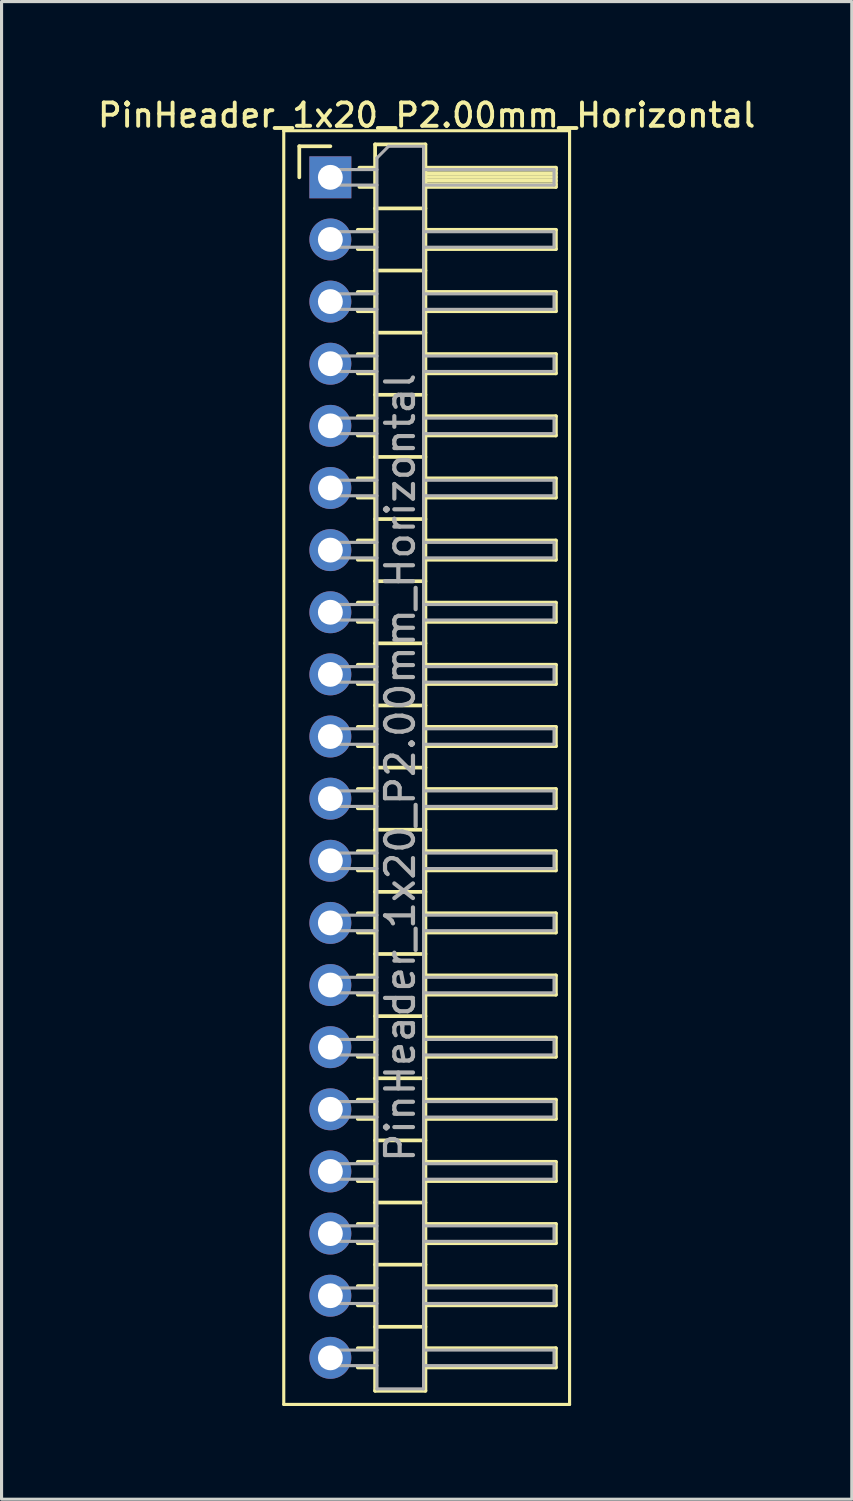
<source format=kicad_pcb>
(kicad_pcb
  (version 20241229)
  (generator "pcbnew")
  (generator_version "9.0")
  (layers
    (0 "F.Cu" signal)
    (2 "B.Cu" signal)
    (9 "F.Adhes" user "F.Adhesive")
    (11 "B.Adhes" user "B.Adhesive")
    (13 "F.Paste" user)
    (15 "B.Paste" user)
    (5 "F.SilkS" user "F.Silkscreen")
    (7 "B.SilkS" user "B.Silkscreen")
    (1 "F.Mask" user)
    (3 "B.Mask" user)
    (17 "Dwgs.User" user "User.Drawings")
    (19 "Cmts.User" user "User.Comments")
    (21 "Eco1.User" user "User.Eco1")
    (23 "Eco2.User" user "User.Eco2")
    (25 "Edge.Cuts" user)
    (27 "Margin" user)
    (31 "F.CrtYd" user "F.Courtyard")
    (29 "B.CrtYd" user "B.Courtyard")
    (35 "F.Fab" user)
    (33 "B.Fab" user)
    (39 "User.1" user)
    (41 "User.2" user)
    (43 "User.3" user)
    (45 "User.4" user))
  (footprint "PinHeader_1x20_P2.00mm_Horizontal"
    (layer "F.Cu")
    (at 7.584 2.658)
    (property "Reference" "PinHeader_1x20_P2.00mm_Horizontal" (at 3.1 -2 0) (layer "F.SilkS") (effects (font (size 0.75 0.75) (thickness 0.125))))
    (attr through_hole)
    (fp_line (start -1.5 -1.5) (end -1.5 39.5) (stroke (width 0.1) (type solid)) (layer "F.SilkS"))
    (fp_line (start -1.5 39.5) (end 7.7 39.5) (stroke (width 0.1) (type solid)) (layer "F.SilkS"))
    (fp_line (start -1 -1) (end 0 -1) (stroke (width 0.12) (type solid)) (layer "F.SilkS"))
    (fp_line (start -1 0) (end -1 -1) (stroke (width 0.12) (type solid)) (layer "F.SilkS"))
    (fp_line (start 0.882 1.69) (end 1.44 1.69) (stroke (width 0.12) (type solid)) (layer "F.SilkS"))
    (fp_line (start 0.882 2.31) (end 1.44 2.31) (stroke (width 0.12) (type solid)) (layer "F.SilkS"))
    (fp_line (start 0.882 3.69) (end 1.44 3.69) (stroke (width 0.12) (type solid)) (layer "F.SilkS"))
    (fp_line (start 0.882 4.31) (end 1.44 4.31) (stroke (width 0.12) (type solid)) (layer "F.SilkS"))
    (fp_line (start 0.882 5.69) (end 1.44 5.69) (stroke (width 0.12) (type solid)) (layer "F.SilkS"))
    (fp_line (start 0.882 6.31) (end 1.44 6.31) (stroke (width 0.12) (type solid)) (layer "F.SilkS"))
    (fp_line (start 0.882 7.69) (end 1.44 7.69) (stroke (width 0.12) (type solid)) (layer "F.SilkS"))
    (fp_line (start 0.882 8.31) (end 1.44 8.31) (stroke (width 0.12) (type solid)) (layer "F.SilkS"))
    (fp_line (start 0.882 9.69) (end 1.44 9.69) (stroke (width 0.12) (type solid)) (layer "F.SilkS"))
    (fp_line (start 0.882 10.31) (end 1.44 10.31) (stroke (width 0.12) (type solid)) (layer "F.SilkS"))
    (fp_line (start 0.882 11.69) (end 1.44 11.69) (stroke (width 0.12) (type solid)) (layer "F.SilkS"))
    (fp_line (start 0.882 12.31) (end 1.44 12.31) (stroke (width 0.12) (type solid)) (layer "F.SilkS"))
    (fp_line (start 0.882 13.69) (end 1.44 13.69) (stroke (width 0.12) (type solid)) (layer "F.SilkS"))
    (fp_line (start 0.882 14.31) (end 1.44 14.31) (stroke (width 0.12) (type solid)) (layer "F.SilkS"))
    (fp_line (start 0.882 15.69) (end 1.44 15.69) (stroke (width 0.12) (type solid)) (layer "F.SilkS"))
    (fp_line (start 0.882 16.31) (end 1.44 16.31) (stroke (width 0.12) (type solid)) (layer "F.SilkS"))
    (fp_line (start 0.882 17.69) (end 1.44 17.69) (stroke (width 0.12) (type solid)) (layer "F.SilkS"))
    (fp_line (start 0.882 18.31) (end 1.44 18.31) (stroke (width 0.12) (type solid)) (layer "F.SilkS"))
    (fp_line (start 0.882 19.69) (end 1.44 19.69) (stroke (width 0.12) (type solid)) (layer "F.SilkS"))
    (fp_line (start 0.882 20.31) (end 1.44 20.31) (stroke (width 0.12) (type solid)) (layer "F.SilkS"))
    (fp_line (start 0.882 21.69) (end 1.44 21.69) (stroke (width 0.12) (type solid)) (layer "F.SilkS"))
    (fp_line (start 0.882 22.31) (end 1.44 22.31) (stroke (width 0.12) (type solid)) (layer "F.SilkS"))
    (fp_line (start 0.882 23.69) (end 1.44 23.69) (stroke (width 0.12) (type solid)) (layer "F.SilkS"))
    (fp_line (start 0.882 24.31) (end 1.44 24.31) (stroke (width 0.12) (type solid)) (layer "F.SilkS"))
    (fp_line (start 0.882 25.69) (end 1.44 25.69) (stroke (width 0.12) (type solid)) (layer "F.SilkS"))
    (fp_line (start 0.882 26.31) (end 1.44 26.31) (stroke (width 0.12) (type solid)) (layer "F.SilkS"))
    (fp_line (start 0.882 27.69) (end 1.44 27.69) (stroke (width 0.12) (type solid)) (layer "F.SilkS"))
    (fp_line (start 0.882 28.31) (end 1.44 28.31) (stroke (width 0.12) (type solid)) (layer "F.SilkS"))
    (fp_line (start 0.882 29.69) (end 1.44 29.69) (stroke (width 0.12) (type solid)) (layer "F.SilkS"))
    (fp_line (start 0.882 30.31) (end 1.44 30.31) (stroke (width 0.12) (type solid)) (layer "F.SilkS"))
    (fp_line (start 0.882 31.69) (end 1.44 31.69) (stroke (width 0.12) (type solid)) (layer "F.SilkS"))
    (fp_line (start 0.882 32.31) (end 1.44 32.31) (stroke (width 0.12) (type solid)) (layer "F.SilkS"))
    (fp_line (start 0.882 33.69) (end 1.44 33.69) (stroke (width 0.12) (type solid)) (layer "F.SilkS"))
    (fp_line (start 0.882 34.31) (end 1.44 34.31) (stroke (width 0.12) (type solid)) (layer "F.SilkS"))
    (fp_line (start 0.882 35.69) (end 1.44 35.69) (stroke (width 0.12) (type solid)) (layer "F.SilkS"))
    (fp_line (start 0.882 36.31) (end 1.44 36.31) (stroke (width 0.12) (type solid)) (layer "F.SilkS"))
    (fp_line (start 0.882 37.69) (end 1.44 37.69) (stroke (width 0.12) (type solid)) (layer "F.SilkS"))
    (fp_line (start 0.882 38.31) (end 1.44 38.31) (stroke (width 0.12) (type solid)) (layer "F.SilkS"))
    (fp_line (start 0.935 -0.31) (end 1.44 -0.31) (stroke (width 0.12) (type solid)) (layer "F.SilkS"))
    (fp_line (start 0.935 0.31) (end 1.44 0.31) (stroke (width 0.12) (type solid)) (layer "F.SilkS"))
    (fp_line (start 1.44 -1.06) (end 1.44 39.06) (stroke (width 0.12) (type solid)) (layer "F.SilkS"))
    (fp_line (start 1.44 1) (end 3.06 1) (stroke (width 0.12) (type solid)) (layer "F.SilkS"))
    (fp_line (start 1.44 3) (end 3.06 3) (stroke (width 0.12) (type solid)) (layer "F.SilkS"))
    (fp_line (start 1.44 5) (end 3.06 5) (stroke (width 0.12) (type solid)) (layer "F.SilkS"))
    (fp_line (start 1.44 7) (end 3.06 7) (stroke (width 0.12) (type solid)) (layer "F.SilkS"))
    (fp_line (start 1.44 9) (end 3.06 9) (stroke (width 0.12) (type solid)) (layer "F.SilkS"))
    (fp_line (start 1.44 11) (end 3.06 11) (stroke (width 0.12) (type solid)) (layer "F.SilkS"))
    (fp_line (start 1.44 13) (end 3.06 13) (stroke (width 0.12) (type solid)) (layer "F.SilkS"))
    (fp_line (start 1.44 15) (end 3.06 15) (stroke (width 0.12) (type solid)) (layer "F.SilkS"))
    (fp_line (start 1.44 17) (end 3.06 17) (stroke (width 0.12) (type solid)) (layer "F.SilkS"))
    (fp_line (start 1.44 19) (end 3.06 19) (stroke (width 0.12) (type solid)) (layer "F.SilkS"))
    (fp_line (start 1.44 21) (end 3.06 21) (stroke (width 0.12) (type solid)) (layer "F.SilkS"))
    (fp_line (start 1.44 23) (end 3.06 23) (stroke (width 0.12) (type solid)) (layer "F.SilkS"))
    (fp_line (start 1.44 25) (end 3.06 25) (stroke (width 0.12) (type solid)) (layer "F.SilkS"))
    (fp_line (start 1.44 27) (end 3.06 27) (stroke (width 0.12) (type solid)) (layer "F.SilkS"))
    (fp_line (start 1.44 29) (end 3.06 29) (stroke (width 0.12) (type solid)) (layer "F.SilkS"))
    (fp_line (start 1.44 31) (end 3.06 31) (stroke (width 0.12) (type solid)) (layer "F.SilkS"))
    (fp_line (start 1.44 33) (end 3.06 33) (stroke (width 0.12) (type solid)) (layer "F.SilkS"))
    (fp_line (start 1.44 35) (end 3.06 35) (stroke (width 0.12) (type solid)) (layer "F.SilkS"))
    (fp_line (start 1.44 37) (end 3.06 37) (stroke (width 0.12) (type solid)) (layer "F.SilkS"))
    (fp_line (start 1.44 39.06) (end 3.06 39.06) (stroke (width 0.12) (type solid)) (layer "F.SilkS"))
    (fp_line (start 3.06 -1.06) (end 1.44 -1.06) (stroke (width 0.12) (type solid)) (layer "F.SilkS"))
    (fp_line (start 3.06 -0.31) (end 7.26 -0.31) (stroke (width 0.12) (type solid)) (layer "F.SilkS"))
    (fp_line (start 3.06 -0.25) (end 7.26 -0.25) (stroke (width 0.12) (type solid)) (layer "F.SilkS"))
    (fp_line (start 3.06 -0.13) (end 7.26 -0.13) (stroke (width 0.12) (type solid)) (layer "F.SilkS"))
    (fp_line (start 3.06 -0.01) (end 7.26 -0.01) (stroke (width 0.12) (type solid)) (layer "F.SilkS"))
    (fp_line (start 3.06 0.11) (end 7.26 0.11) (stroke (width 0.12) (type solid)) (layer "F.SilkS"))
    (fp_line (start 3.06 0.23) (end 7.26 0.23) (stroke (width 0.12) (type solid)) (layer "F.SilkS"))
    (fp_line (start 3.06 1.69) (end 7.26 1.69) (stroke (width 0.12) (type solid)) (layer "F.SilkS"))
    (fp_line (start 3.06 3.69) (end 7.26 3.69) (stroke (width 0.12) (type solid)) (layer "F.SilkS"))
    (fp_line (start 3.06 5.69) (end 7.26 5.69) (stroke (width 0.12) (type solid)) (layer "F.SilkS"))
    (fp_line (start 3.06 7.69) (end 7.26 7.69) (stroke (width 0.12) (type solid)) (layer "F.SilkS"))
    (fp_line (start 3.06 9.69) (end 7.26 9.69) (stroke (width 0.12) (type solid)) (layer "F.SilkS"))
    (fp_line (start 3.06 11.69) (end 7.26 11.69) (stroke (width 0.12) (type solid)) (layer "F.SilkS"))
    (fp_line (start 3.06 13.69) (end 7.26 13.69) (stroke (width 0.12) (type solid)) (layer "F.SilkS"))
    (fp_line (start 3.06 15.69) (end 7.26 15.69) (stroke (width 0.12) (type solid)) (layer "F.SilkS"))
    (fp_line (start 3.06 17.69) (end 7.26 17.69) (stroke (width 0.12) (type solid)) (layer "F.SilkS"))
    (fp_line (start 3.06 19.69) (end 7.26 19.69) (stroke (width 0.12) (type solid)) (layer "F.SilkS"))
    (fp_line (start 3.06 21.69) (end 7.26 21.69) (stroke (width 0.12) (type solid)) (layer "F.SilkS"))
    (fp_line (start 3.06 23.69) (end 7.26 23.69) (stroke (width 0.12) (type solid)) (layer "F.SilkS"))
    (fp_line (start 3.06 25.69) (end 7.26 25.69) (stroke (width 0.12) (type solid)) (layer "F.SilkS"))
    (fp_line (start 3.06 27.69) (end 7.26 27.69) (stroke (width 0.12) (type solid)) (layer "F.SilkS"))
    (fp_line (start 3.06 29.69) (end 7.26 29.69) (stroke (width 0.12) (type solid)) (layer "F.SilkS"))
    (fp_line (start 3.06 31.69) (end 7.26 31.69) (stroke (width 0.12) (type solid)) (layer "F.SilkS"))
    (fp_line (start 3.06 33.69) (end 7.26 33.69) (stroke (width 0.12) (type solid)) (layer "F.SilkS"))
    (fp_line (start 3.06 35.69) (end 7.26 35.69) (stroke (width 0.12) (type solid)) (layer "F.SilkS"))
    (fp_line (start 3.06 37.69) (end 7.26 37.69) (stroke (width 0.12) (type solid)) (layer "F.SilkS"))
    (fp_line (start 3.06 39.06) (end 3.06 -1.06) (stroke (width 0.12) (type solid)) (layer "F.SilkS"))
    (fp_line (start 7.26 -0.31) (end 7.26 0.31) (stroke (width 0.12) (type solid)) (layer "F.SilkS"))
    (fp_line (start 7.26 0.31) (end 3.06 0.31) (stroke (width 0.12) (type solid)) (layer "F.SilkS"))
    (fp_line (start 7.26 1.69) (end 7.26 2.31) (stroke (width 0.12) (type solid)) (layer "F.SilkS"))
    (fp_line (start 7.26 2.31) (end 3.06 2.31) (stroke (width 0.12) (type solid)) (layer "F.SilkS"))
    (fp_line (start 7.26 3.69) (end 7.26 4.31) (stroke (width 0.12) (type solid)) (layer "F.SilkS"))
    (fp_line (start 7.26 4.31) (end 3.06 4.31) (stroke (width 0.12) (type solid)) (layer "F.SilkS"))
    (fp_line (start 7.26 5.69) (end 7.26 6.31) (stroke (width 0.12) (type solid)) (layer "F.SilkS"))
    (fp_line (start 7.26 6.31) (end 3.06 6.31) (stroke (width 0.12) (type solid)) (layer "F.SilkS"))
    (fp_line (start 7.26 7.69) (end 7.26 8.31) (stroke (width 0.12) (type solid)) (layer "F.SilkS"))
    (fp_line (start 7.26 8.31) (end 3.06 8.31) (stroke (width 0.12) (type solid)) (layer "F.SilkS"))
    (fp_line (start 7.26 9.69) (end 7.26 10.31) (stroke (width 0.12) (type solid)) (layer "F.SilkS"))
    (fp_line (start 7.26 10.31) (end 3.06 10.31) (stroke (width 0.12) (type solid)) (layer "F.SilkS"))
    (fp_line (start 7.26 11.69) (end 7.26 12.31) (stroke (width 0.12) (type solid)) (layer "F.SilkS"))
    (fp_line (start 7.26 12.31) (end 3.06 12.31) (stroke (width 0.12) (type solid)) (layer "F.SilkS"))
    (fp_line (start 7.26 13.69) (end 7.26 14.31) (stroke (width 0.12) (type solid)) (layer "F.SilkS"))
    (fp_line (start 7.26 14.31) (end 3.06 14.31) (stroke (width 0.12) (type solid)) (layer "F.SilkS"))
    (fp_line (start 7.26 15.69) (end 7.26 16.31) (stroke (width 0.12) (type solid)) (layer "F.SilkS"))
    (fp_line (start 7.26 16.31) (end 3.06 16.31) (stroke (width 0.12) (type solid)) (layer "F.SilkS"))
    (fp_line (start 7.26 17.69) (end 7.26 18.31) (stroke (width 0.12) (type solid)) (layer "F.SilkS"))
    (fp_line (start 7.26 18.31) (end 3.06 18.31) (stroke (width 0.12) (type solid)) (layer "F.SilkS"))
    (fp_line (start 7.26 19.69) (end 7.26 20.31) (stroke (width 0.12) (type solid)) (layer "F.SilkS"))
    (fp_line (start 7.26 20.31) (end 3.06 20.31) (stroke (width 0.12) (type solid)) (layer "F.SilkS"))
    (fp_line (start 7.26 21.69) (end 7.26 22.31) (stroke (width 0.12) (type solid)) (layer "F.SilkS"))
    (fp_line (start 7.26 22.31) (end 3.06 22.31) (stroke (width 0.12) (type solid)) (layer "F.SilkS"))
    (fp_line (start 7.26 23.69) (end 7.26 24.31) (stroke (width 0.12) (type solid)) (layer "F.SilkS"))
    (fp_line (start 7.26 24.31) (end 3.06 24.31) (stroke (width 0.12) (type solid)) (layer "F.SilkS"))
    (fp_line (start 7.26 25.69) (end 7.26 26.31) (stroke (width 0.12) (type solid)) (layer "F.SilkS"))
    (fp_line (start 7.26 26.31) (end 3.06 26.31) (stroke (width 0.12) (type solid)) (layer "F.SilkS"))
    (fp_line (start 7.26 27.69) (end 7.26 28.31) (stroke (width 0.12) (type solid)) (layer "F.SilkS"))
    (fp_line (start 7.26 28.31) (end 3.06 28.31) (stroke (width 0.12) (type solid)) (layer "F.SilkS"))
    (fp_line (start 7.26 29.69) (end 7.26 30.31) (stroke (width 0.12) (type solid)) (layer "F.SilkS"))
    (fp_line (start 7.26 30.31) (end 3.06 30.31) (stroke (width 0.12) (type solid)) (layer "F.SilkS"))
    (fp_line (start 7.26 31.69) (end 7.26 32.31) (stroke (width 0.12) (type solid)) (layer "F.SilkS"))
    (fp_line (start 7.26 32.31) (end 3.06 32.31) (stroke (width 0.12) (type solid)) (layer "F.SilkS"))
    (fp_line (start 7.26 33.69) (end 7.26 34.31) (stroke (width 0.12) (type solid)) (layer "F.SilkS"))
    (fp_line (start 7.26 34.31) (end 3.06 34.31) (stroke (width 0.12) (type solid)) (layer "F.SilkS"))
    (fp_line (start 7.26 35.69) (end 7.26 36.31) (stroke (width 0.12) (type solid)) (layer "F.SilkS"))
    (fp_line (start 7.26 36.31) (end 3.06 36.31) (stroke (width 0.12) (type solid)) (layer "F.SilkS"))
    (fp_line (start 7.26 37.69) (end 7.26 38.31) (stroke (width 0.12) (type solid)) (layer "F.SilkS"))
    (fp_line (start 7.26 38.31) (end 3.06 38.31) (stroke (width 0.12) (type solid)) (layer "F.SilkS"))
    (fp_line (start 7.7 -1.5) (end -1.5 -1.5) (stroke (width 0.1) (type solid)) (layer "F.SilkS"))
    (fp_line (start 7.7 39.5) (end 7.7 -1.5) (stroke (width 0.1) (type solid)) (layer "F.SilkS"))
    (fp_line (start -0.25 -0.25) (end -0.25 0.25) (stroke (width 0.1) (type solid)) (layer "F.Fab"))
    (fp_line (start -0.25 -0.25) (end 1.5 -0.25) (stroke (width 0.1) (type solid)) (layer "F.Fab"))
    (fp_line (start -0.25 0.25) (end 1.5 0.25) (stroke (width 0.1) (type solid)) (layer "F.Fab"))
    (fp_line (start -0.25 1.75) (end -0.25 2.25) (stroke (width 0.1) (type solid)) (layer "F.Fab"))
    (fp_line (start -0.25 1.75) (end 1.5 1.75) (stroke (width 0.1) (type solid)) (layer "F.Fab"))
    (fp_line (start -0.25 2.25) (end 1.5 2.25) (stroke (width 0.1) (type solid)) (layer "F.Fab"))
    (fp_line (start -0.25 3.75) (end -0.25 4.25) (stroke (width 0.1) (type solid)) (layer "F.Fab"))
    (fp_line (start -0.25 3.75) (end 1.5 3.75) (stroke (width 0.1) (type solid)) (layer "F.Fab"))
    (fp_line (start -0.25 4.25) (end 1.5 4.25) (stroke (width 0.1) (type solid)) (layer "F.Fab"))
    (fp_line (start -0.25 5.75) (end -0.25 6.25) (stroke (width 0.1) (type solid)) (layer "F.Fab"))
    (fp_line (start -0.25 5.75) (end 1.5 5.75) (stroke (width 0.1) (type solid)) (layer "F.Fab"))
    (fp_line (start -0.25 6.25) (end 1.5 6.25) (stroke (width 0.1) (type solid)) (layer "F.Fab"))
    (fp_line (start -0.25 7.75) (end -0.25 8.25) (stroke (width 0.1) (type solid)) (layer "F.Fab"))
    (fp_line (start -0.25 7.75) (end 1.5 7.75) (stroke (width 0.1) (type solid)) (layer "F.Fab"))
    (fp_line (start -0.25 8.25) (end 1.5 8.25) (stroke (width 0.1) (type solid)) (layer "F.Fab"))
    (fp_line (start -0.25 9.75) (end -0.25 10.25) (stroke (width 0.1) (type solid)) (layer "F.Fab"))
    (fp_line (start -0.25 9.75) (end 1.5 9.75) (stroke (width 0.1) (type solid)) (layer "F.Fab"))
    (fp_line (start -0.25 10.25) (end 1.5 10.25) (stroke (width 0.1) (type solid)) (layer "F.Fab"))
    (fp_line (start -0.25 11.75) (end -0.25 12.25) (stroke (width 0.1) (type solid)) (layer "F.Fab"))
    (fp_line (start -0.25 11.75) (end 1.5 11.75) (stroke (width 0.1) (type solid)) (layer "F.Fab"))
    (fp_line (start -0.25 12.25) (end 1.5 12.25) (stroke (width 0.1) (type solid)) (layer "F.Fab"))
    (fp_line (start -0.25 13.75) (end -0.25 14.25) (stroke (width 0.1) (type solid)) (layer "F.Fab"))
    (fp_line (start -0.25 13.75) (end 1.5 13.75) (stroke (width 0.1) (type solid)) (layer "F.Fab"))
    (fp_line (start -0.25 14.25) (end 1.5 14.25) (stroke (width 0.1) (type solid)) (layer "F.Fab"))
    (fp_line (start -0.25 15.75) (end -0.25 16.25) (stroke (width 0.1) (type solid)) (layer "F.Fab"))
    (fp_line (start -0.25 15.75) (end 1.5 15.75) (stroke (width 0.1) (type solid)) (layer "F.Fab"))
    (fp_line (start -0.25 16.25) (end 1.5 16.25) (stroke (width 0.1) (type solid)) (layer "F.Fab"))
    (fp_line (start -0.25 17.75) (end -0.25 18.25) (stroke (width 0.1) (type solid)) (layer "F.Fab"))
    (fp_line (start -0.25 17.75) (end 1.5 17.75) (stroke (width 0.1) (type solid)) (layer "F.Fab"))
    (fp_line (start -0.25 18.25) (end 1.5 18.25) (stroke (width 0.1) (type solid)) (layer "F.Fab"))
    (fp_line (start -0.25 19.75) (end -0.25 20.25) (stroke (width 0.1) (type solid)) (layer "F.Fab"))
    (fp_line (start -0.25 19.75) (end 1.5 19.75) (stroke (width 0.1) (type solid)) (layer "F.Fab"))
    (fp_line (start -0.25 20.25) (end 1.5 20.25) (stroke (width 0.1) (type solid)) (layer "F.Fab"))
    (fp_line (start -0.25 21.75) (end -0.25 22.25) (stroke (width 0.1) (type solid)) (layer "F.Fab"))
    (fp_line (start -0.25 21.75) (end 1.5 21.75) (stroke (width 0.1) (type solid)) (layer "F.Fab"))
    (fp_line (start -0.25 22.25) (end 1.5 22.25) (stroke (width 0.1) (type solid)) (layer "F.Fab"))
    (fp_line (start -0.25 23.75) (end -0.25 24.25) (stroke (width 0.1) (type solid)) (layer "F.Fab"))
    (fp_line (start -0.25 23.75) (end 1.5 23.75) (stroke (width 0.1) (type solid)) (layer "F.Fab"))
    (fp_line (start -0.25 24.25) (end 1.5 24.25) (stroke (width 0.1) (type solid)) (layer "F.Fab"))
    (fp_line (start -0.25 25.75) (end -0.25 26.25) (stroke (width 0.1) (type solid)) (layer "F.Fab"))
    (fp_line (start -0.25 25.75) (end 1.5 25.75) (stroke (width 0.1) (type solid)) (layer "F.Fab"))
    (fp_line (start -0.25 26.25) (end 1.5 26.25) (stroke (width 0.1) (type solid)) (layer "F.Fab"))
    (fp_line (start -0.25 27.75) (end -0.25 28.25) (stroke (width 0.1) (type solid)) (layer "F.Fab"))
    (fp_line (start -0.25 27.75) (end 1.5 27.75) (stroke (width 0.1) (type solid)) (layer "F.Fab"))
    (fp_line (start -0.25 28.25) (end 1.5 28.25) (stroke (width 0.1) (type solid)) (layer "F.Fab"))
    (fp_line (start -0.25 29.75) (end -0.25 30.25) (stroke (width 0.1) (type solid)) (layer "F.Fab"))
    (fp_line (start -0.25 29.75) (end 1.5 29.75) (stroke (width 0.1) (type solid)) (layer "F.Fab"))
    (fp_line (start -0.25 30.25) (end 1.5 30.25) (stroke (width 0.1) (type solid)) (layer "F.Fab"))
    (fp_line (start -0.25 31.75) (end -0.25 32.25) (stroke (width 0.1) (type solid)) (layer "F.Fab"))
    (fp_line (start -0.25 31.75) (end 1.5 31.75) (stroke (width 0.1) (type solid)) (layer "F.Fab"))
    (fp_line (start -0.25 32.25) (end 1.5 32.25) (stroke (width 0.1) (type solid)) (layer "F.Fab"))
    (fp_line (start -0.25 33.75) (end -0.25 34.25) (stroke (width 0.1) (type solid)) (layer "F.Fab"))
    (fp_line (start -0.25 33.75) (end 1.5 33.75) (stroke (width 0.1) (type solid)) (layer "F.Fab"))
    (fp_line (start -0.25 34.25) (end 1.5 34.25) (stroke (width 0.1) (type solid)) (layer "F.Fab"))
    (fp_line (start -0.25 35.75) (end -0.25 36.25) (stroke (width 0.1) (type solid)) (layer "F.Fab"))
    (fp_line (start -0.25 35.75) (end 1.5 35.75) (stroke (width 0.1) (type solid)) (layer "F.Fab"))
    (fp_line (start -0.25 36.25) (end 1.5 36.25) (stroke (width 0.1) (type solid)) (layer "F.Fab"))
    (fp_line (start -0.25 37.75) (end -0.25 38.25) (stroke (width 0.1) (type solid)) (layer "F.Fab"))
    (fp_line (start -0.25 37.75) (end 1.5 37.75) (stroke (width 0.1) (type solid)) (layer "F.Fab"))
    (fp_line (start -0.25 38.25) (end 1.5 38.25) (stroke (width 0.1) (type solid)) (layer "F.Fab"))
    (fp_line (start 1.5 -0.625) (end 1.875 -1) (stroke (width 0.1) (type solid)) (layer "F.Fab"))
    (fp_line (start 1.5 39) (end 1.5 -0.625) (stroke (width 0.1) (type solid)) (layer "F.Fab"))
    (fp_line (start 1.875 -1) (end 3 -1) (stroke (width 0.1) (type solid)) (layer "F.Fab"))
    (fp_line (start 3 -1) (end 3 39) (stroke (width 0.1) (type solid)) (layer "F.Fab"))
    (fp_line (start 3 -0.25) (end 7.2 -0.25) (stroke (width 0.1) (type solid)) (layer "F.Fab"))
    (fp_line (start 3 0.25) (end 7.2 0.25) (stroke (width 0.1) (type solid)) (layer "F.Fab"))
    (fp_line (start 3 1.75) (end 7.2 1.75) (stroke (width 0.1) (type solid)) (layer "F.Fab"))
    (fp_line (start 3 2.25) (end 7.2 2.25) (stroke (width 0.1) (type solid)) (layer "F.Fab"))
    (fp_line (start 3 3.75) (end 7.2 3.75) (stroke (width 0.1) (type solid)) (layer "F.Fab"))
    (fp_line (start 3 4.25) (end 7.2 4.25) (stroke (width 0.1) (type solid)) (layer "F.Fab"))
    (fp_line (start 3 5.75) (end 7.2 5.75) (stroke (width 0.1) (type solid)) (layer "F.Fab"))
    (fp_line (start 3 6.25) (end 7.2 6.25) (stroke (width 0.1) (type solid)) (layer "F.Fab"))
    (fp_line (start 3 7.75) (end 7.2 7.75) (stroke (width 0.1) (type solid)) (layer "F.Fab"))
    (fp_line (start 3 8.25) (end 7.2 8.25) (stroke (width 0.1) (type solid)) (layer "F.Fab"))
    (fp_line (start 3 9.75) (end 7.2 9.75) (stroke (width 0.1) (type solid)) (layer "F.Fab"))
    (fp_line (start 3 10.25) (end 7.2 10.25) (stroke (width 0.1) (type solid)) (layer "F.Fab"))
    (fp_line (start 3 11.75) (end 7.2 11.75) (stroke (width 0.1) (type solid)) (layer "F.Fab"))
    (fp_line (start 3 12.25) (end 7.2 12.25) (stroke (width 0.1) (type solid)) (layer "F.Fab"))
    (fp_line (start 3 13.75) (end 7.2 13.75) (stroke (width 0.1) (type solid)) (layer "F.Fab"))
    (fp_line (start 3 14.25) (end 7.2 14.25) (stroke (width 0.1) (type solid)) (layer "F.Fab"))
    (fp_line (start 3 15.75) (end 7.2 15.75) (stroke (width 0.1) (type solid)) (layer "F.Fab"))
    (fp_line (start 3 16.25) (end 7.2 16.25) (stroke (width 0.1) (type solid)) (layer "F.Fab"))
    (fp_line (start 3 17.75) (end 7.2 17.75) (stroke (width 0.1) (type solid)) (layer "F.Fab"))
    (fp_line (start 3 18.25) (end 7.2 18.25) (stroke (width 0.1) (type solid)) (layer "F.Fab"))
    (fp_line (start 3 19.75) (end 7.2 19.75) (stroke (width 0.1) (type solid)) (layer "F.Fab"))
    (fp_line (start 3 20.25) (end 7.2 20.25) (stroke (width 0.1) (type solid)) (layer "F.Fab"))
    (fp_line (start 3 21.75) (end 7.2 21.75) (stroke (width 0.1) (type solid)) (layer "F.Fab"))
    (fp_line (start 3 22.25) (end 7.2 22.25) (stroke (width 0.1) (type solid)) (layer "F.Fab"))
    (fp_line (start 3 23.75) (end 7.2 23.75) (stroke (width 0.1) (type solid)) (layer "F.Fab"))
    (fp_line (start 3 24.25) (end 7.2 24.25) (stroke (width 0.1) (type solid)) (layer "F.Fab"))
    (fp_line (start 3 25.75) (end 7.2 25.75) (stroke (width 0.1) (type solid)) (layer "F.Fab"))
    (fp_line (start 3 26.25) (end 7.2 26.25) (stroke (width 0.1) (type solid)) (layer "F.Fab"))
    (fp_line (start 3 27.75) (end 7.2 27.75) (stroke (width 0.1) (type solid)) (layer "F.Fab"))
    (fp_line (start 3 28.25) (end 7.2 28.25) (stroke (width 0.1) (type solid)) (layer "F.Fab"))
    (fp_line (start 3 29.75) (end 7.2 29.75) (stroke (width 0.1) (type solid)) (layer "F.Fab"))
    (fp_line (start 3 30.25) (end 7.2 30.25) (stroke (width 0.1) (type solid)) (layer "F.Fab"))
    (fp_line (start 3 31.75) (end 7.2 31.75) (stroke (width 0.1) (type solid)) (layer "F.Fab"))
    (fp_line (start 3 32.25) (end 7.2 32.25) (stroke (width 0.1) (type solid)) (layer "F.Fab"))
    (fp_line (start 3 33.75) (end 7.2 33.75) (stroke (width 0.1) (type solid)) (layer "F.Fab"))
    (fp_line (start 3 34.25) (end 7.2 34.25) (stroke (width 0.1) (type solid)) (layer "F.Fab"))
    (fp_line (start 3 35.75) (end 7.2 35.75) (stroke (width 0.1) (type solid)) (layer "F.Fab"))
    (fp_line (start 3 36.25) (end 7.2 36.25) (stroke (width 0.1) (type solid)) (layer "F.Fab"))
    (fp_line (start 3 37.75) (end 7.2 37.75) (stroke (width 0.1) (type solid)) (layer "F.Fab"))
    (fp_line (start 3 38.25) (end 7.2 38.25) (stroke (width 0.1) (type solid)) (layer "F.Fab"))
    (fp_line (start 3 39) (end 1.5 39) (stroke (width 0.1) (type solid)) (layer "F.Fab"))
    (fp_line (start 7.2 -0.25) (end 7.2 0.25) (stroke (width 0.1) (type solid)) (layer "F.Fab"))
    (fp_line (start 7.2 1.75) (end 7.2 2.25) (stroke (width 0.1) (type solid)) (layer "F.Fab"))
    (fp_line (start 7.2 3.75) (end 7.2 4.25) (stroke (width 0.1) (type solid)) (layer "F.Fab"))
    (fp_line (start 7.2 5.75) (end 7.2 6.25) (stroke (width 0.1) (type solid)) (layer "F.Fab"))
    (fp_line (start 7.2 7.75) (end 7.2 8.25) (stroke (width 0.1) (type solid)) (layer "F.Fab"))
    (fp_line (start 7.2 9.75) (end 7.2 10.25) (stroke (width 0.1) (type solid)) (layer "F.Fab"))
    (fp_line (start 7.2 11.75) (end 7.2 12.25) (stroke (width 0.1) (type solid)) (layer "F.Fab"))
    (fp_line (start 7.2 13.75) (end 7.2 14.25) (stroke (width 0.1) (type solid)) (layer "F.Fab"))
    (fp_line (start 7.2 15.75) (end 7.2 16.25) (stroke (width 0.1) (type solid)) (layer "F.Fab"))
    (fp_line (start 7.2 17.75) (end 7.2 18.25) (stroke (width 0.1) (type solid)) (layer "F.Fab"))
    (fp_line (start 7.2 19.75) (end 7.2 20.25) (stroke (width 0.1) (type solid)) (layer "F.Fab"))
    (fp_line (start 7.2 21.75) (end 7.2 22.25) (stroke (width 0.1) (type solid)) (layer "F.Fab"))
    (fp_line (start 7.2 23.75) (end 7.2 24.25) (stroke (width 0.1) (type solid)) (layer "F.Fab"))
    (fp_line (start 7.2 25.75) (end 7.2 26.25) (stroke (width 0.1) (type solid)) (layer "F.Fab"))
    (fp_line (start 7.2 27.75) (end 7.2 28.25) (stroke (width 0.1) (type solid)) (layer "F.Fab"))
    (fp_line (start 7.2 29.75) (end 7.2 30.25) (stroke (width 0.1) (type solid)) (layer "F.Fab"))
    (fp_line (start 7.2 31.75) (end 7.2 32.25) (stroke (width 0.1) (type solid)) (layer "F.Fab"))
    (fp_line (start 7.2 33.75) (end 7.2 34.25) (stroke (width 0.1) (type solid)) (layer "F.Fab"))
    (fp_line (start 7.2 35.75) (end 7.2 36.25) (stroke (width 0.1) (type solid)) (layer "F.Fab"))
    (fp_line (start 7.2 37.75) (end 7.2 38.25) (stroke (width 0.1) (type solid)) (layer "F.Fab"))
    (fp_text user "${REFERENCE}" (at 2.25 19 90) (layer "F.Fab") (effects (font (size 0.9 0.9) (thickness 0.135))))
    (pad "1" thru_hole rect (at 0 0) (size 1.35 1.35) (drill 0.8) (layers "*.Cu" "*.Mask"))
    (pad "2" thru_hole oval (at 0 2) (size 1.35 1.35) (drill 0.8) (layers "*.Cu" "*.Mask"))
    (pad "3" thru_hole oval (at 0 4) (size 1.35 1.35) (drill 0.8) (layers "*.Cu" "*.Mask"))
    (pad "4" thru_hole oval (at 0 6) (size 1.35 1.35) (drill 0.8) (layers "*.Cu" "*.Mask"))
    (pad "5" thru_hole oval (at 0 8) (size 1.35 1.35) (drill 0.8) (layers "*.Cu" "*.Mask"))
    (pad "6" thru_hole oval (at 0 10) (size 1.35 1.35) (drill 0.8) (layers "*.Cu" "*.Mask"))
    (pad "7" thru_hole oval (at 0 12) (size 1.35 1.35) (drill 0.8) (layers "*.Cu" "*.Mask"))
    (pad "8" thru_hole oval (at 0 14) (size 1.35 1.35) (drill 0.8) (layers "*.Cu" "*.Mask"))
    (pad "9" thru_hole oval (at 0 16) (size 1.35 1.35) (drill 0.8) (layers "*.Cu" "*.Mask"))
    (pad "10" thru_hole oval (at 0 18) (size 1.35 1.35) (drill 0.8) (layers "*.Cu" "*.Mask"))
    (pad "11" thru_hole oval (at 0 20) (size 1.35 1.35) (drill 0.8) (layers "*.Cu" "*.Mask"))
    (pad "12" thru_hole oval (at 0 22) (size 1.35 1.35) (drill 0.8) (layers "*.Cu" "*.Mask"))
    (pad "13" thru_hole oval (at 0 24) (size 1.35 1.35) (drill 0.8) (layers "*.Cu" "*.Mask"))
    (pad "14" thru_hole oval (at 0 26) (size 1.35 1.35) (drill 0.8) (layers "*.Cu" "*.Mask"))
    (pad "15" thru_hole oval (at 0 28) (size 1.35 1.35) (drill 0.8) (layers "*.Cu" "*.Mask"))
    (pad "16" thru_hole oval (at 0 30) (size 1.35 1.35) (drill 0.8) (layers "*.Cu" "*.Mask"))
    (pad "17" thru_hole oval (at 0 32) (size 1.35 1.35) (drill 0.8) (layers "*.Cu" "*.Mask"))
    (pad "18" thru_hole oval (at 0 34) (size 1.35 1.35) (drill 0.8) (layers "*.Cu" "*.Mask"))
    (pad "19" thru_hole oval (at 0 36) (size 1.35 1.35) (drill 0.8) (layers "*.Cu" "*.Mask"))
    (pad "20" thru_hole oval (at 0 38) (size 1.35 1.35) (drill 0.8) (layers "*.Cu" "*.Mask")))
  (gr_rect
    (start -3 -3)
    (end 24.368 45.208)
    (stroke (width 0.1) (type default))
    (fill no)
    (layer "Edge.Cuts")))
</source>
